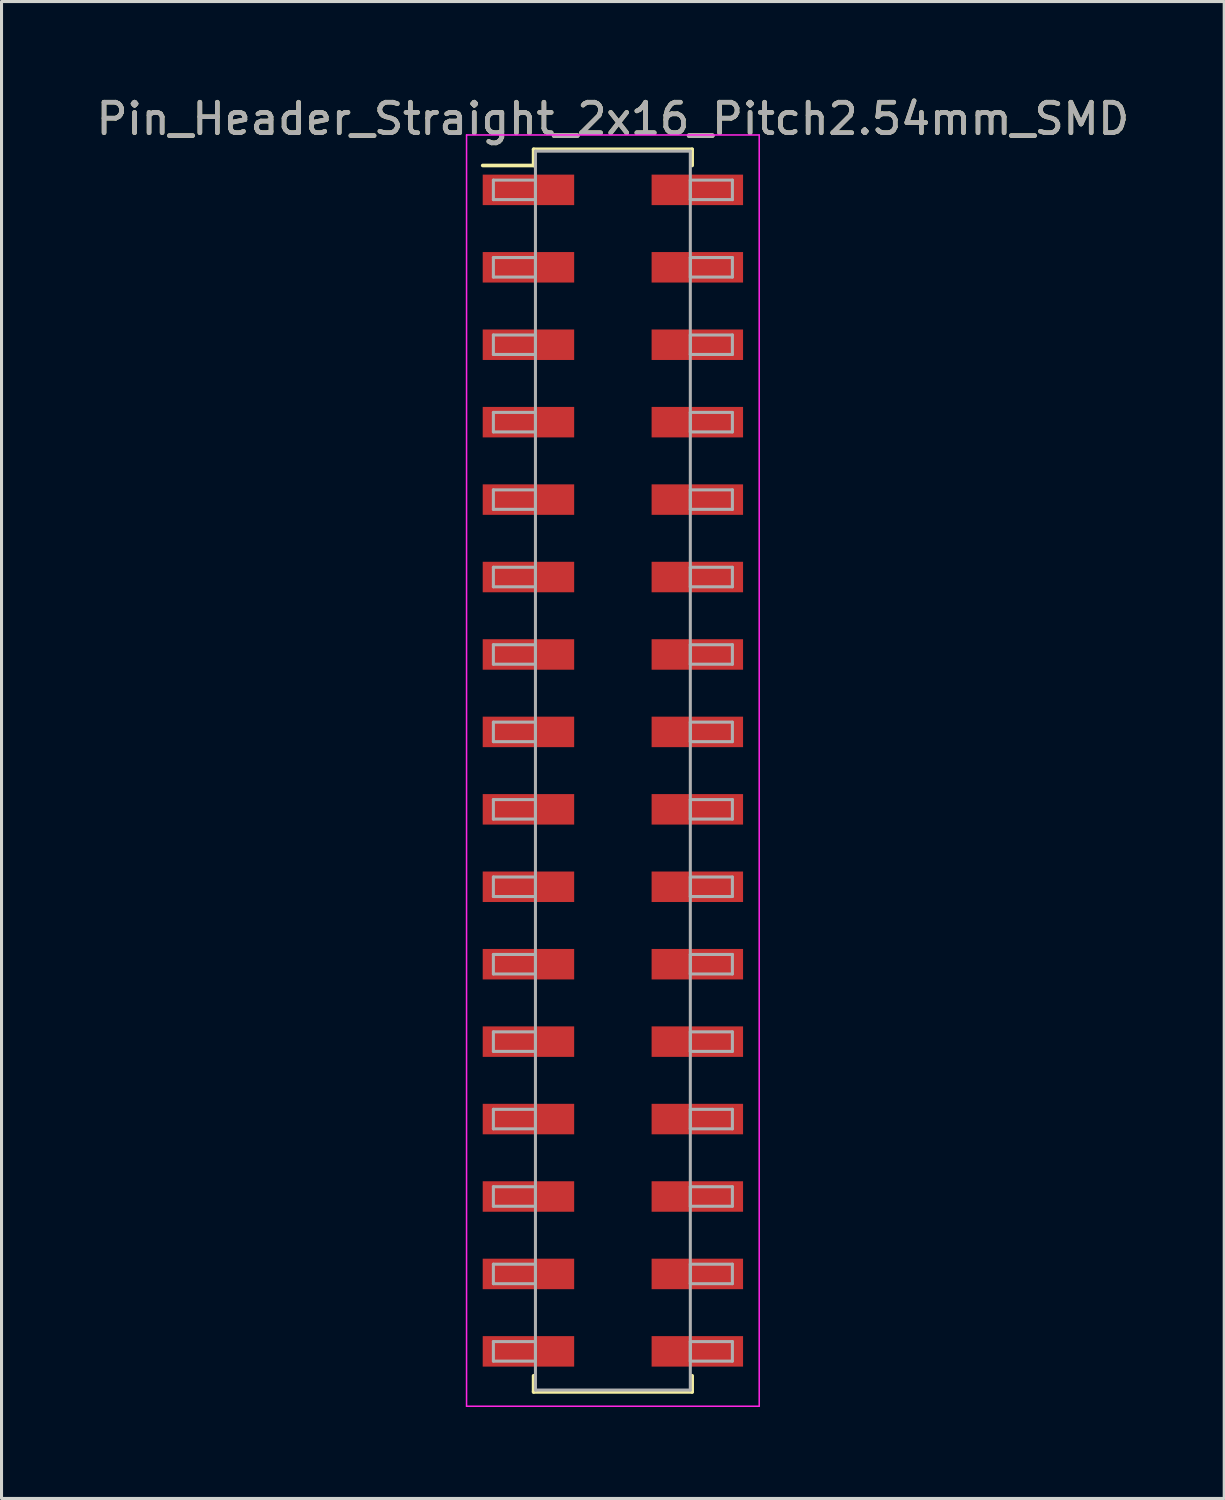
<source format=kicad_pcb>
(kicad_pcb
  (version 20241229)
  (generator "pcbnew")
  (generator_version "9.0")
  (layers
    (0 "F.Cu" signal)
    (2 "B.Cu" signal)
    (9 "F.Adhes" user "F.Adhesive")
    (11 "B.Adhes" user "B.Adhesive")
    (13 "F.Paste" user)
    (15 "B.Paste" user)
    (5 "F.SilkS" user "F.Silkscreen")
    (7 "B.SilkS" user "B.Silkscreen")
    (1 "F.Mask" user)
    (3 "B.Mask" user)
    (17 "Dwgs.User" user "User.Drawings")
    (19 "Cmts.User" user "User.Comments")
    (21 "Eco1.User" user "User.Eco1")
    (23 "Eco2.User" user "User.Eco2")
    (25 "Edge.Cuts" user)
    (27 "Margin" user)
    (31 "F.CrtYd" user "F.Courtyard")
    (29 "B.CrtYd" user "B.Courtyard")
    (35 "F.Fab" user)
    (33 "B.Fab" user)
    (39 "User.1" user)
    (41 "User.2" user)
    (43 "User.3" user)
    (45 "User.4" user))
  (footprint "Pin_Header_Straight_2x16_Pitch2.54mm_SMD"
    (layer "F.Cu")
    (at 17.054 22.228)
    (property "Reference" "Pin_Header_Straight_2x16_Pitch2.54mm_SMD" (at 0 -21.38 0) (layer "F.SilkS") (effects (font (size 1 1) (thickness 0.15))))
    (attr smd)
    (fp_line (start -4.27 -19.85) (end -2.6 -19.85) (stroke (width 0.12) (type solid)) (layer "F.SilkS"))
    (fp_line (start -2.6 -20.38) (end 2.6 -20.38) (stroke (width 0.12) (type solid)) (layer "F.SilkS"))
    (fp_line (start -2.6 -19.85) (end -2.6 -20.38) (stroke (width 0.12) (type solid)) (layer "F.SilkS"))
    (fp_line (start -2.6 19.85) (end -2.6 20.38) (stroke (width 0.12) (type solid)) (layer "F.SilkS"))
    (fp_line (start -2.6 20.38) (end 2.6 20.38) (stroke (width 0.12) (type solid)) (layer "F.SilkS"))
    (fp_line (start 2.6 -20.38) (end 2.6 -19.85) (stroke (width 0.12) (type solid)) (layer "F.SilkS"))
    (fp_line (start 2.6 20.38) (end 2.6 19.85) (stroke (width 0.12) (type solid)) (layer "F.SilkS"))
    (fp_line (start -4.8 -20.85) (end -4.8 20.85) (stroke (width 0.05) (type solid)) (layer "F.CrtYd"))
    (fp_line (start -4.8 20.85) (end 4.8 20.85) (stroke (width 0.05) (type solid)) (layer "F.CrtYd"))
    (fp_line (start 4.8 -20.85) (end -4.8 -20.85) (stroke (width 0.05) (type solid)) (layer "F.CrtYd"))
    (fp_line (start 4.8 20.85) (end 4.8 -20.85) (stroke (width 0.05) (type solid)) (layer "F.CrtYd"))
    (fp_line (start -3.92 -19.37) (end -2.54 -19.37) (stroke (width 0.1) (type solid)) (layer "F.Fab"))
    (fp_line (start -3.92 -18.73) (end -3.92 -19.37) (stroke (width 0.1) (type solid)) (layer "F.Fab"))
    (fp_line (start -3.92 -16.83) (end -2.54 -16.83) (stroke (width 0.1) (type solid)) (layer "F.Fab"))
    (fp_line (start -3.92 -16.19) (end -3.92 -16.83) (stroke (width 0.1) (type solid)) (layer "F.Fab"))
    (fp_line (start -3.92 -14.29) (end -2.54 -14.29) (stroke (width 0.1) (type solid)) (layer "F.Fab"))
    (fp_line (start -3.92 -13.65) (end -3.92 -14.29) (stroke (width 0.1) (type solid)) (layer "F.Fab"))
    (fp_line (start -3.92 -11.75) (end -2.54 -11.75) (stroke (width 0.1) (type solid)) (layer "F.Fab"))
    (fp_line (start -3.92 -11.11) (end -3.92 -11.75) (stroke (width 0.1) (type solid)) (layer "F.Fab"))
    (fp_line (start -3.92 -9.21) (end -2.54 -9.21) (stroke (width 0.1) (type solid)) (layer "F.Fab"))
    (fp_line (start -3.92 -8.57) (end -3.92 -9.21) (stroke (width 0.1) (type solid)) (layer "F.Fab"))
    (fp_line (start -3.92 -6.67) (end -2.54 -6.67) (stroke (width 0.1) (type solid)) (layer "F.Fab"))
    (fp_line (start -3.92 -6.03) (end -3.92 -6.67) (stroke (width 0.1) (type solid)) (layer "F.Fab"))
    (fp_line (start -3.92 -4.13) (end -2.54 -4.13) (stroke (width 0.1) (type solid)) (layer "F.Fab"))
    (fp_line (start -3.92 -3.49) (end -3.92 -4.13) (stroke (width 0.1) (type solid)) (layer "F.Fab"))
    (fp_line (start -3.92 -1.59) (end -2.54 -1.59) (stroke (width 0.1) (type solid)) (layer "F.Fab"))
    (fp_line (start -3.92 -0.95) (end -3.92 -1.59) (stroke (width 0.1) (type solid)) (layer "F.Fab"))
    (fp_line (start -3.92 0.95) (end -2.54 0.95) (stroke (width 0.1) (type solid)) (layer "F.Fab"))
    (fp_line (start -3.92 1.59) (end -3.92 0.95) (stroke (width 0.1) (type solid)) (layer "F.Fab"))
    (fp_line (start -3.92 3.49) (end -2.54 3.49) (stroke (width 0.1) (type solid)) (layer "F.Fab"))
    (fp_line (start -3.92 4.13) (end -3.92 3.49) (stroke (width 0.1) (type solid)) (layer "F.Fab"))
    (fp_line (start -3.92 6.03) (end -2.54 6.03) (stroke (width 0.1) (type solid)) (layer "F.Fab"))
    (fp_line (start -3.92 6.67) (end -3.92 6.03) (stroke (width 0.1) (type solid)) (layer "F.Fab"))
    (fp_line (start -3.92 8.57) (end -2.54 8.57) (stroke (width 0.1) (type solid)) (layer "F.Fab"))
    (fp_line (start -3.92 9.21) (end -3.92 8.57) (stroke (width 0.1) (type solid)) (layer "F.Fab"))
    (fp_line (start -3.92 11.11) (end -2.54 11.11) (stroke (width 0.1) (type solid)) (layer "F.Fab"))
    (fp_line (start -3.92 11.75) (end -3.92 11.11) (stroke (width 0.1) (type solid)) (layer "F.Fab"))
    (fp_line (start -3.92 13.65) (end -2.54 13.65) (stroke (width 0.1) (type solid)) (layer "F.Fab"))
    (fp_line (start -3.92 14.29) (end -3.92 13.65) (stroke (width 0.1) (type solid)) (layer "F.Fab"))
    (fp_line (start -3.92 16.19) (end -2.54 16.19) (stroke (width 0.1) (type solid)) (layer "F.Fab"))
    (fp_line (start -3.92 16.83) (end -3.92 16.19) (stroke (width 0.1) (type solid)) (layer "F.Fab"))
    (fp_line (start -3.92 18.73) (end -2.54 18.73) (stroke (width 0.1) (type solid)) (layer "F.Fab"))
    (fp_line (start -3.92 19.37) (end -3.92 18.73) (stroke (width 0.1) (type solid)) (layer "F.Fab"))
    (fp_line (start -2.54 -20.32) (end -2.54 20.32) (stroke (width 0.1) (type solid)) (layer "F.Fab"))
    (fp_line (start -2.54 -19.37) (end -2.54 -18.73) (stroke (width 0.1) (type solid)) (layer "F.Fab"))
    (fp_line (start -2.54 -18.73) (end -3.92 -18.73) (stroke (width 0.1) (type solid)) (layer "F.Fab"))
    (fp_line (start -2.54 -16.83) (end -2.54 -16.19) (stroke (width 0.1) (type solid)) (layer "F.Fab"))
    (fp_line (start -2.54 -16.19) (end -3.92 -16.19) (stroke (width 0.1) (type solid)) (layer "F.Fab"))
    (fp_line (start -2.54 -14.29) (end -2.54 -13.65) (stroke (width 0.1) (type solid)) (layer "F.Fab"))
    (fp_line (start -2.54 -13.65) (end -3.92 -13.65) (stroke (width 0.1) (type solid)) (layer "F.Fab"))
    (fp_line (start -2.54 -11.75) (end -2.54 -11.11) (stroke (width 0.1) (type solid)) (layer "F.Fab"))
    (fp_line (start -2.54 -11.11) (end -3.92 -11.11) (stroke (width 0.1) (type solid)) (layer "F.Fab"))
    (fp_line (start -2.54 -9.21) (end -2.54 -8.57) (stroke (width 0.1) (type solid)) (layer "F.Fab"))
    (fp_line (start -2.54 -8.57) (end -3.92 -8.57) (stroke (width 0.1) (type solid)) (layer "F.Fab"))
    (fp_line (start -2.54 -6.67) (end -2.54 -6.03) (stroke (width 0.1) (type solid)) (layer "F.Fab"))
    (fp_line (start -2.54 -6.03) (end -3.92 -6.03) (stroke (width 0.1) (type solid)) (layer "F.Fab"))
    (fp_line (start -2.54 -4.13) (end -2.54 -3.49) (stroke (width 0.1) (type solid)) (layer "F.Fab"))
    (fp_line (start -2.54 -3.49) (end -3.92 -3.49) (stroke (width 0.1) (type solid)) (layer "F.Fab"))
    (fp_line (start -2.54 -1.59) (end -2.54 -0.95) (stroke (width 0.1) (type solid)) (layer "F.Fab"))
    (fp_line (start -2.54 -0.95) (end -3.92 -0.95) (stroke (width 0.1) (type solid)) (layer "F.Fab"))
    (fp_line (start -2.54 0.95) (end -2.54 1.59) (stroke (width 0.1) (type solid)) (layer "F.Fab"))
    (fp_line (start -2.54 1.59) (end -3.92 1.59) (stroke (width 0.1) (type solid)) (layer "F.Fab"))
    (fp_line (start -2.54 3.49) (end -2.54 4.13) (stroke (width 0.1) (type solid)) (layer "F.Fab"))
    (fp_line (start -2.54 4.13) (end -3.92 4.13) (stroke (width 0.1) (type solid)) (layer "F.Fab"))
    (fp_line (start -2.54 6.03) (end -2.54 6.67) (stroke (width 0.1) (type solid)) (layer "F.Fab"))
    (fp_line (start -2.54 6.67) (end -3.92 6.67) (stroke (width 0.1) (type solid)) (layer "F.Fab"))
    (fp_line (start -2.54 8.57) (end -2.54 9.21) (stroke (width 0.1) (type solid)) (layer "F.Fab"))
    (fp_line (start -2.54 9.21) (end -3.92 9.21) (stroke (width 0.1) (type solid)) (layer "F.Fab"))
    (fp_line (start -2.54 11.11) (end -2.54 11.75) (stroke (width 0.1) (type solid)) (layer "F.Fab"))
    (fp_line (start -2.54 11.75) (end -3.92 11.75) (stroke (width 0.1) (type solid)) (layer "F.Fab"))
    (fp_line (start -2.54 13.65) (end -2.54 14.29) (stroke (width 0.1) (type solid)) (layer "F.Fab"))
    (fp_line (start -2.54 14.29) (end -3.92 14.29) (stroke (width 0.1) (type solid)) (layer "F.Fab"))
    (fp_line (start -2.54 16.19) (end -2.54 16.83) (stroke (width 0.1) (type solid)) (layer "F.Fab"))
    (fp_line (start -2.54 16.83) (end -3.92 16.83) (stroke (width 0.1) (type solid)) (layer "F.Fab"))
    (fp_line (start -2.54 18.73) (end -2.54 19.37) (stroke (width 0.1) (type solid)) (layer "F.Fab"))
    (fp_line (start -2.54 19.37) (end -3.92 19.37) (stroke (width 0.1) (type solid)) (layer "F.Fab"))
    (fp_line (start -2.54 20.32) (end 2.54 20.32) (stroke (width 0.1) (type solid)) (layer "F.Fab"))
    (fp_line (start 2.54 -20.32) (end -2.54 -20.32) (stroke (width 0.1) (type solid)) (layer "F.Fab"))
    (fp_line (start 2.54 -19.37) (end 2.54 -18.73) (stroke (width 0.1) (type solid)) (layer "F.Fab"))
    (fp_line (start 2.54 -18.73) (end 3.92 -18.73) (stroke (width 0.1) (type solid)) (layer "F.Fab"))
    (fp_line (start 2.54 -16.83) (end 2.54 -16.19) (stroke (width 0.1) (type solid)) (layer "F.Fab"))
    (fp_line (start 2.54 -16.19) (end 3.92 -16.19) (stroke (width 0.1) (type solid)) (layer "F.Fab"))
    (fp_line (start 2.54 -14.29) (end 2.54 -13.65) (stroke (width 0.1) (type solid)) (layer "F.Fab"))
    (fp_line (start 2.54 -13.65) (end 3.92 -13.65) (stroke (width 0.1) (type solid)) (layer "F.Fab"))
    (fp_line (start 2.54 -11.75) (end 2.54 -11.11) (stroke (width 0.1) (type solid)) (layer "F.Fab"))
    (fp_line (start 2.54 -11.11) (end 3.92 -11.11) (stroke (width 0.1) (type solid)) (layer "F.Fab"))
    (fp_line (start 2.54 -9.21) (end 2.54 -8.57) (stroke (width 0.1) (type solid)) (layer "F.Fab"))
    (fp_line (start 2.54 -8.57) (end 3.92 -8.57) (stroke (width 0.1) (type solid)) (layer "F.Fab"))
    (fp_line (start 2.54 -6.67) (end 2.54 -6.03) (stroke (width 0.1) (type solid)) (layer "F.Fab"))
    (fp_line (start 2.54 -6.03) (end 3.92 -6.03) (stroke (width 0.1) (type solid)) (layer "F.Fab"))
    (fp_line (start 2.54 -4.13) (end 2.54 -3.49) (stroke (width 0.1) (type solid)) (layer "F.Fab"))
    (fp_line (start 2.54 -3.49) (end 3.92 -3.49) (stroke (width 0.1) (type solid)) (layer "F.Fab"))
    (fp_line (start 2.54 -1.59) (end 2.54 -0.95) (stroke (width 0.1) (type solid)) (layer "F.Fab"))
    (fp_line (start 2.54 -0.95) (end 3.92 -0.95) (stroke (width 0.1) (type solid)) (layer "F.Fab"))
    (fp_line (start 2.54 0.95) (end 2.54 1.59) (stroke (width 0.1) (type solid)) (layer "F.Fab"))
    (fp_line (start 2.54 1.59) (end 3.92 1.59) (stroke (width 0.1) (type solid)) (layer "F.Fab"))
    (fp_line (start 2.54 3.49) (end 2.54 4.13) (stroke (width 0.1) (type solid)) (layer "F.Fab"))
    (fp_line (start 2.54 4.13) (end 3.92 4.13) (stroke (width 0.1) (type solid)) (layer "F.Fab"))
    (fp_line (start 2.54 6.03) (end 2.54 6.67) (stroke (width 0.1) (type solid)) (layer "F.Fab"))
    (fp_line (start 2.54 6.67) (end 3.92 6.67) (stroke (width 0.1) (type solid)) (layer "F.Fab"))
    (fp_line (start 2.54 8.57) (end 2.54 9.21) (stroke (width 0.1) (type solid)) (layer "F.Fab"))
    (fp_line (start 2.54 9.21) (end 3.92 9.21) (stroke (width 0.1) (type solid)) (layer "F.Fab"))
    (fp_line (start 2.54 11.11) (end 2.54 11.75) (stroke (width 0.1) (type solid)) (layer "F.Fab"))
    (fp_line (start 2.54 11.75) (end 3.92 11.75) (stroke (width 0.1) (type solid)) (layer "F.Fab"))
    (fp_line (start 2.54 13.65) (end 2.54 14.29) (stroke (width 0.1) (type solid)) (layer "F.Fab"))
    (fp_line (start 2.54 14.29) (end 3.92 14.29) (stroke (width 0.1) (type solid)) (layer "F.Fab"))
    (fp_line (start 2.54 16.19) (end 2.54 16.83) (stroke (width 0.1) (type solid)) (layer "F.Fab"))
    (fp_line (start 2.54 16.83) (end 3.92 16.83) (stroke (width 0.1) (type solid)) (layer "F.Fab"))
    (fp_line (start 2.54 18.73) (end 2.54 19.37) (stroke (width 0.1) (type solid)) (layer "F.Fab"))
    (fp_line (start 2.54 19.37) (end 3.92 19.37) (stroke (width 0.1) (type solid)) (layer "F.Fab"))
    (fp_line (start 2.54 20.32) (end 2.54 -20.32) (stroke (width 0.1) (type solid)) (layer "F.Fab"))
    (fp_line (start 3.92 -19.37) (end 2.54 -19.37) (stroke (width 0.1) (type solid)) (layer "F.Fab"))
    (fp_line (start 3.92 -18.73) (end 3.92 -19.37) (stroke (width 0.1) (type solid)) (layer "F.Fab"))
    (fp_line (start 3.92 -16.83) (end 2.54 -16.83) (stroke (width 0.1) (type solid)) (layer "F.Fab"))
    (fp_line (start 3.92 -16.19) (end 3.92 -16.83) (stroke (width 0.1) (type solid)) (layer "F.Fab"))
    (fp_line (start 3.92 -14.29) (end 2.54 -14.29) (stroke (width 0.1) (type solid)) (layer "F.Fab"))
    (fp_line (start 3.92 -13.65) (end 3.92 -14.29) (stroke (width 0.1) (type solid)) (layer "F.Fab"))
    (fp_line (start 3.92 -11.75) (end 2.54 -11.75) (stroke (width 0.1) (type solid)) (layer "F.Fab"))
    (fp_line (start 3.92 -11.11) (end 3.92 -11.75) (stroke (width 0.1) (type solid)) (layer "F.Fab"))
    (fp_line (start 3.92 -9.21) (end 2.54 -9.21) (stroke (width 0.1) (type solid)) (layer "F.Fab"))
    (fp_line (start 3.92 -8.57) (end 3.92 -9.21) (stroke (width 0.1) (type solid)) (layer "F.Fab"))
    (fp_line (start 3.92 -6.67) (end 2.54 -6.67) (stroke (width 0.1) (type solid)) (layer "F.Fab"))
    (fp_line (start 3.92 -6.03) (end 3.92 -6.67) (stroke (width 0.1) (type solid)) (layer "F.Fab"))
    (fp_line (start 3.92 -4.13) (end 2.54 -4.13) (stroke (width 0.1) (type solid)) (layer "F.Fab"))
    (fp_line (start 3.92 -3.49) (end 3.92 -4.13) (stroke (width 0.1) (type solid)) (layer "F.Fab"))
    (fp_line (start 3.92 -1.59) (end 2.54 -1.59) (stroke (width 0.1) (type solid)) (layer "F.Fab"))
    (fp_line (start 3.92 -0.95) (end 3.92 -1.59) (stroke (width 0.1) (type solid)) (layer "F.Fab"))
    (fp_line (start 3.92 0.95) (end 2.54 0.95) (stroke (width 0.1) (type solid)) (layer "F.Fab"))
    (fp_line (start 3.92 1.59) (end 3.92 0.95) (stroke (width 0.1) (type solid)) (layer "F.Fab"))
    (fp_line (start 3.92 3.49) (end 2.54 3.49) (stroke (width 0.1) (type solid)) (layer "F.Fab"))
    (fp_line (start 3.92 4.13) (end 3.92 3.49) (stroke (width 0.1) (type solid)) (layer "F.Fab"))
    (fp_line (start 3.92 6.03) (end 2.54 6.03) (stroke (width 0.1) (type solid)) (layer "F.Fab"))
    (fp_line (start 3.92 6.67) (end 3.92 6.03) (stroke (width 0.1) (type solid)) (layer "F.Fab"))
    (fp_line (start 3.92 8.57) (end 2.54 8.57) (stroke (width 0.1) (type solid)) (layer "F.Fab"))
    (fp_line (start 3.92 9.21) (end 3.92 8.57) (stroke (width 0.1) (type solid)) (layer "F.Fab"))
    (fp_line (start 3.92 11.11) (end 2.54 11.11) (stroke (width 0.1) (type solid)) (layer "F.Fab"))
    (fp_line (start 3.92 11.75) (end 3.92 11.11) (stroke (width 0.1) (type solid)) (layer "F.Fab"))
    (fp_line (start 3.92 13.65) (end 2.54 13.65) (stroke (width 0.1) (type solid)) (layer "F.Fab"))
    (fp_line (start 3.92 14.29) (end 3.92 13.65) (stroke (width 0.1) (type solid)) (layer "F.Fab"))
    (fp_line (start 3.92 16.19) (end 2.54 16.19) (stroke (width 0.1) (type solid)) (layer "F.Fab"))
    (fp_line (start 3.92 16.83) (end 3.92 16.19) (stroke (width 0.1) (type solid)) (layer "F.Fab"))
    (fp_line (start 3.92 18.73) (end 2.54 18.73) (stroke (width 0.1) (type solid)) (layer "F.Fab"))
    (fp_line (start 3.92 19.37) (end 3.92 18.73) (stroke (width 0.1) (type solid)) (layer "F.Fab"))
    (fp_text user "${REFERENCE}" (at 0 -21.38 0) (layer "F.Fab") (effects (font (size 1 1) (thickness 0.15))))
    (pad "1" smd rect (at -2.77 -19.05) (size 3 1) (layers "F.Cu" "F.Mask" "F.Paste"))
    (pad "2" smd rect (at 2.77 -19.05) (size 3 1) (layers "F.Cu" "F.Mask" "F.Paste"))
    (pad "3" smd rect (at -2.77 -16.51) (size 3 1) (layers "F.Cu" "F.Mask" "F.Paste"))
    (pad "4" smd rect (at 2.77 -16.51) (size 3 1) (layers "F.Cu" "F.Mask" "F.Paste"))
    (pad "5" smd rect (at -2.77 -13.97) (size 3 1) (layers "F.Cu" "F.Mask" "F.Paste"))
    (pad "6" smd rect (at 2.77 -13.97) (size 3 1) (layers "F.Cu" "F.Mask" "F.Paste"))
    (pad "7" smd rect (at -2.77 -11.43) (size 3 1) (layers "F.Cu" "F.Mask" "F.Paste"))
    (pad "8" smd rect (at 2.77 -11.43) (size 3 1) (layers "F.Cu" "F.Mask" "F.Paste"))
    (pad "9" smd rect (at -2.77 -8.89) (size 3 1) (layers "F.Cu" "F.Mask" "F.Paste"))
    (pad "10" smd rect (at 2.77 -8.89) (size 3 1) (layers "F.Cu" "F.Mask" "F.Paste"))
    (pad "11" smd rect (at -2.77 -6.35) (size 3 1) (layers "F.Cu" "F.Mask" "F.Paste"))
    (pad "12" smd rect (at 2.77 -6.35) (size 3 1) (layers "F.Cu" "F.Mask" "F.Paste"))
    (pad "13" smd rect (at -2.77 -3.81) (size 3 1) (layers "F.Cu" "F.Mask" "F.Paste"))
    (pad "14" smd rect (at 2.77 -3.81) (size 3 1) (layers "F.Cu" "F.Mask" "F.Paste"))
    (pad "15" smd rect (at -2.77 -1.27) (size 3 1) (layers "F.Cu" "F.Mask" "F.Paste"))
    (pad "16" smd rect (at 2.77 -1.27) (size 3 1) (layers "F.Cu" "F.Mask" "F.Paste"))
    (pad "17" smd rect (at -2.77 1.27) (size 3 1) (layers "F.Cu" "F.Mask" "F.Paste"))
    (pad "18" smd rect (at 2.77 1.27) (size 3 1) (layers "F.Cu" "F.Mask" "F.Paste"))
    (pad "19" smd rect (at -2.77 3.81) (size 3 1) (layers "F.Cu" "F.Mask" "F.Paste"))
    (pad "20" smd rect (at 2.77 3.81) (size 3 1) (layers "F.Cu" "F.Mask" "F.Paste"))
    (pad "21" smd rect (at -2.77 6.35) (size 3 1) (layers "F.Cu" "F.Mask" "F.Paste"))
    (pad "22" smd rect (at 2.77 6.35) (size 3 1) (layers "F.Cu" "F.Mask" "F.Paste"))
    (pad "23" smd rect (at -2.77 8.89) (size 3 1) (layers "F.Cu" "F.Mask" "F.Paste"))
    (pad "24" smd rect (at 2.77 8.89) (size 3 1) (layers "F.Cu" "F.Mask" "F.Paste"))
    (pad "25" smd rect (at -2.77 11.43) (size 3 1) (layers "F.Cu" "F.Mask" "F.Paste"))
    (pad "26" smd rect (at 2.77 11.43) (size 3 1) (layers "F.Cu" "F.Mask" "F.Paste"))
    (pad "27" smd rect (at -2.77 13.97) (size 3 1) (layers "F.Cu" "F.Mask" "F.Paste"))
    (pad "28" smd rect (at 2.77 13.97) (size 3 1) (layers "F.Cu" "F.Mask" "F.Paste"))
    (pad "29" smd rect (at -2.77 16.51) (size 3 1) (layers "F.Cu" "F.Mask" "F.Paste"))
    (pad "30" smd rect (at 2.77 16.51) (size 3 1) (layers "F.Cu" "F.Mask" "F.Paste"))
    (pad "31" smd rect (at -2.77 19.05) (size 3 1) (layers "F.Cu" "F.Mask" "F.Paste"))
    (pad "32" smd rect (at 2.77 19.05) (size 3 1) (layers "F.Cu" "F.Mask" "F.Paste")))
  (gr_rect
    (start -3 -3)
    (end 37.107 46.103)
    (stroke (width 0.1) (type default))
    (fill no)
    (layer "Edge.Cuts")))
</source>
